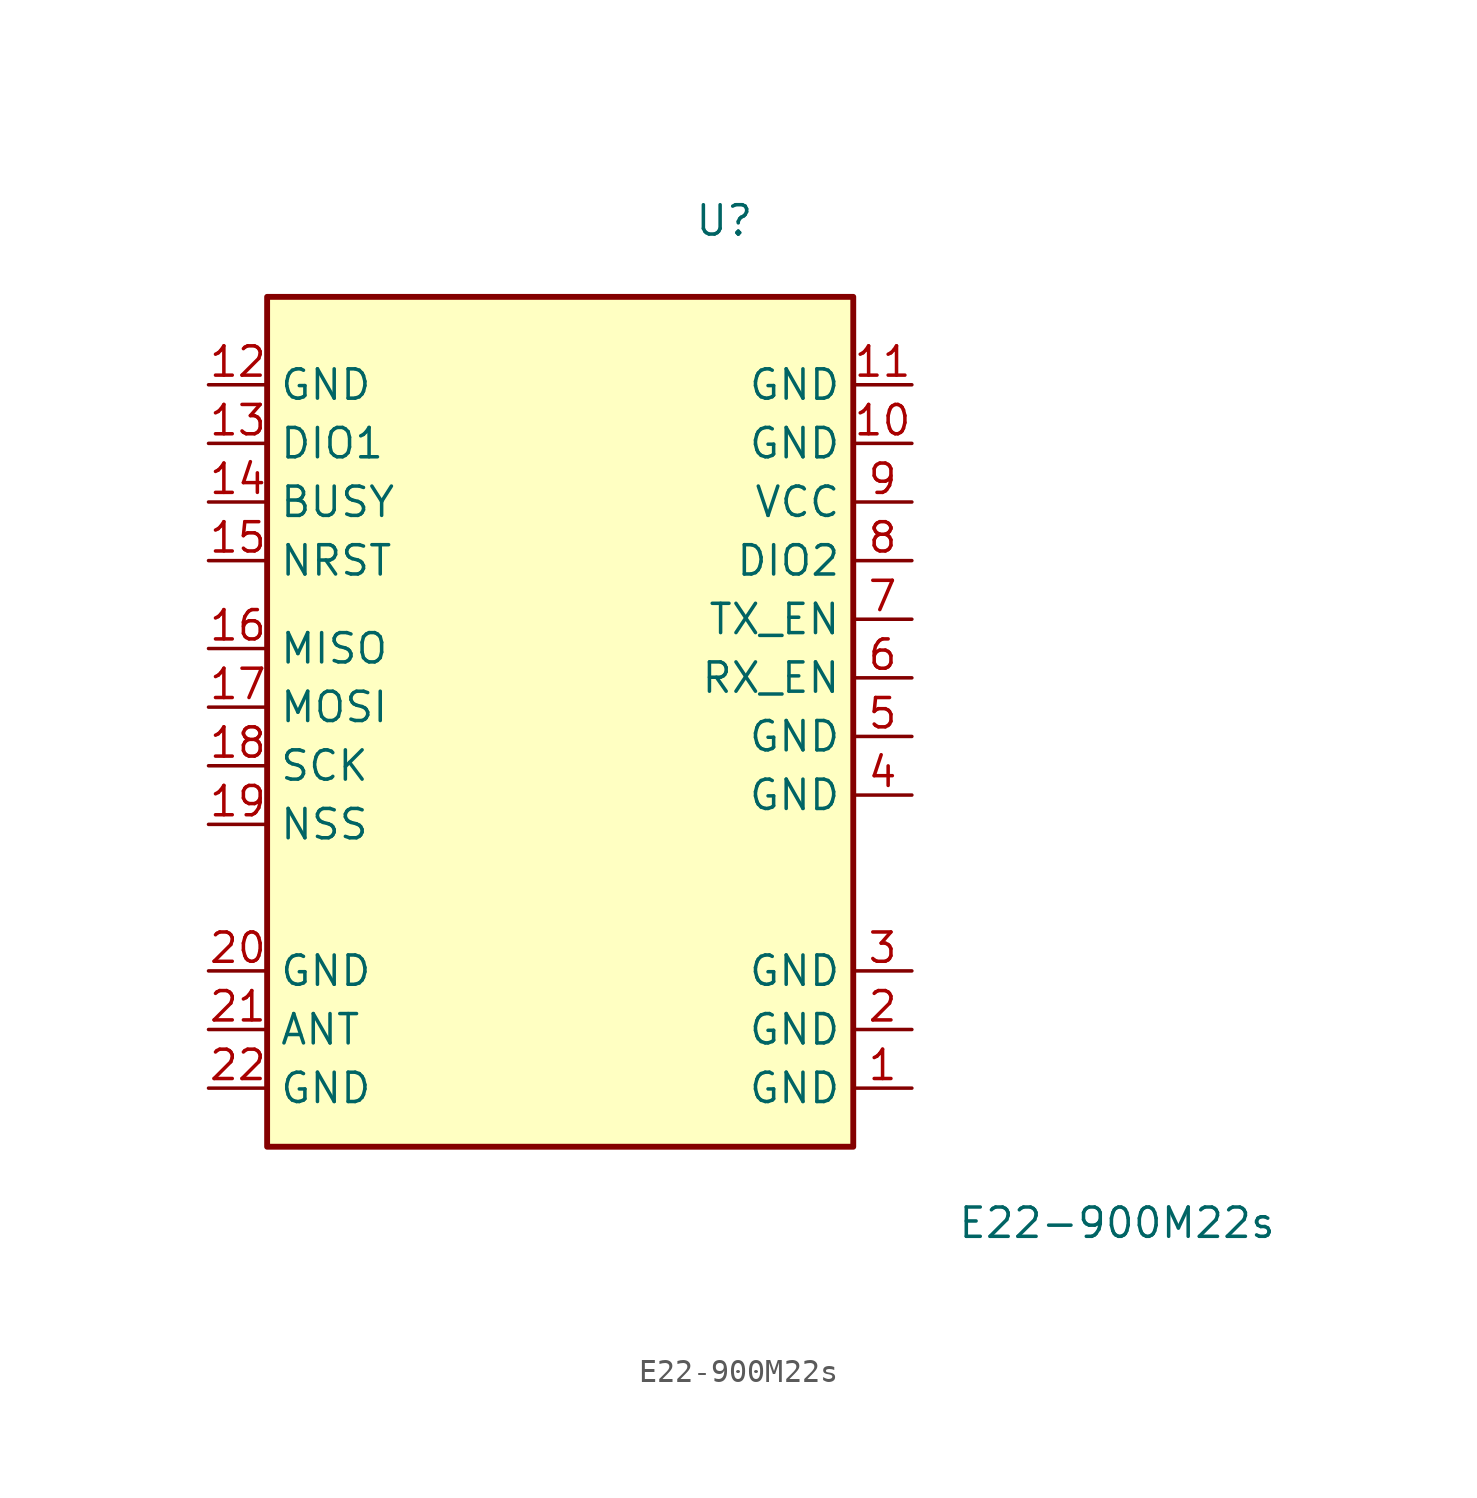
<source format=kicad_sym>
(kicad_symbol_lib
  (version 20231120)
  (generator "kicad_symbol_editor")
  (generator_version "8.0")
  (symbol "E22-900M22s"
    (property "Reference" "U"
      (at 7.112 24.892 0)
      (effects (font (size 1.27 1.27))))
    (property "Value" "E22-900M22s"
      (at 24.13 -18.542 0)
      (effects (font (size 1.27 1.27))))
    (symbol "E22-900M22s_1_1"
      (rectangle (start -12.7 21.59) (end 12.7 -15.24) (stroke (width 0.254) (type default)) (fill (type background)))
      (pin power_in line (at 15.24 -12.7 180) (length 2.54) (name "GND" (effects (font (size 1.27 1.27)))) (number "1" (effects (font (size 1.27 1.27)))))
      (pin power_in line (at 15.24 15.24 180) (length 2.54) (name "GND" (effects (font (size 1.27 1.27)))) (number "10" (effects (font (size 1.27 1.27)))))
      (pin power_in line (at 15.24 17.78 180) (length 2.54) (name "GND" (effects (font (size 1.27 1.27)))) (number "11" (effects (font (size 1.27 1.27)))))
      (pin power_in line (at -15.24 17.78 0) (length 2.54) (name "GND" (effects (font (size 1.27 1.27)))) (number "12" (effects (font (size 1.27 1.27)))))
      (pin bidirectional line (at -15.24 15.24 0) (length 2.54) (name "DIO1" (effects (font (size 1.27 1.27)))) (number "13" (effects (font (size 1.27 1.27)))) (alternate "USB_D+" passive line))
      (pin output line (at -15.24 12.7 0) (length 2.54) (name "BUSY" (effects (font (size 1.27 1.27)))) (number "14" (effects (font (size 1.27 1.27)))) (alternate "USB_D+" passive line))
      (pin input line (at -15.24 10.16 0) (length 2.54) (name "NRST" (effects (font (size 1.27 1.27)))) (number "15" (effects (font (size 1.27 1.27)))) (alternate "USB_D+" passive line))
      (pin output line (at -15.24 6.35 0) (length 2.54) (name "MISO" (effects (font (size 1.27 1.27)))) (number "16" (effects (font (size 1.27 1.27)))) (alternate "USB_D+" passive line))
      (pin input line (at -15.24 3.81 0) (length 2.54) (name "MOSI" (effects (font (size 1.27 1.27)))) (number "17" (effects (font (size 1.27 1.27)))) (alternate "USB_D+" passive line))
      (pin input line (at -15.24 1.27 0) (length 2.54) (name "SCK" (effects (font (size 1.27 1.27)))) (number "18" (effects (font (size 1.27 1.27)))))
      (pin input line (at -15.24 -1.27 0) (length 2.54) (name "NSS" (effects (font (size 1.27 1.27)))) (number "19" (effects (font (size 1.27 1.27)))))
      (pin power_in line (at 15.24 -10.16 180) (length 2.54) (name "GND" (effects (font (size 1.27 1.27)))) (number "2" (effects (font (size 1.27 1.27)))))
      (pin power_in line (at -15.24 -7.62 0) (length 2.54) (name "GND" (effects (font (size 1.27 1.27)))) (number "20" (effects (font (size 1.27 1.27)))))
      (pin input line (at -15.24 -10.16 0) (length 2.54) (name "ANT" (effects (font (size 1.27 1.27)))) (number "21" (effects (font (size 1.27 1.27)))))
      (pin power_in line (at -15.24 -12.7 0) (length 2.54) (name "GND" (effects (font (size 1.27 1.27)))) (number "22" (effects (font (size 1.27 1.27)))))
      (pin power_in line (at 15.24 -7.62 180) (length 2.54) (name "GND" (effects (font (size 1.27 1.27)))) (number "3" (effects (font (size 1.27 1.27)))))
      (pin power_in line (at 15.24 0 180) (length 2.54) (name "GND" (effects (font (size 1.27 1.27)))) (number "4" (effects (font (size 1.27 1.27)))))
      (pin power_in line (at 15.24 2.54 180) (length 2.54) (name "GND" (effects (font (size 1.27 1.27)))) (number "5" (effects (font (size 1.27 1.27)))))
      (pin input line (at 15.24 5.08 180) (length 2.54) (name "RX_EN" (effects (font (size 1.27 1.27)))) (number "6" (effects (font (size 1.27 1.27)))) (alternate "USB_D+" passive line))
      (pin output line (at 15.24 7.62 180) (length 2.54) (name "TX_EN" (effects (font (size 1.27 1.27)))) (number "7" (effects (font (size 1.27 1.27)))) (alternate "USB_D+" passive line))
      (pin bidirectional line (at 15.24 10.16 180) (length 2.54) (name "DIO2" (effects (font (size 1.27 1.27)))) (number "8" (effects (font (size 1.27 1.27)))) (alternate "USB_D+" passive line))
      (pin power_in line (at 15.24 12.7 180) (length 2.54) (name "VCC" (effects (font (size 1.27 1.27)))) (number "9" (effects (font (size 1.27 1.27))))))))
</source>
